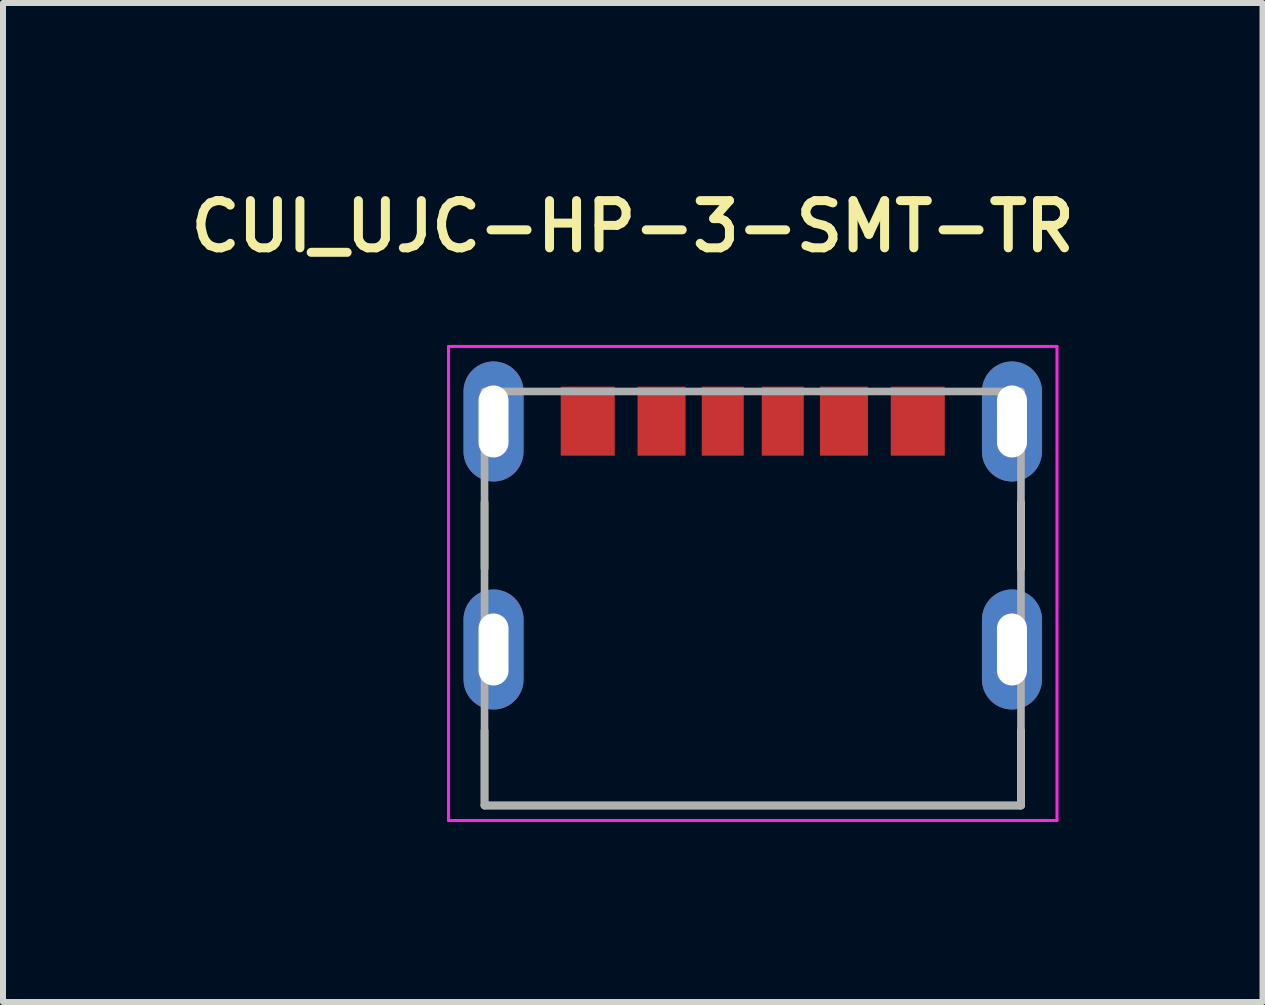
<source format=kicad_pcb>
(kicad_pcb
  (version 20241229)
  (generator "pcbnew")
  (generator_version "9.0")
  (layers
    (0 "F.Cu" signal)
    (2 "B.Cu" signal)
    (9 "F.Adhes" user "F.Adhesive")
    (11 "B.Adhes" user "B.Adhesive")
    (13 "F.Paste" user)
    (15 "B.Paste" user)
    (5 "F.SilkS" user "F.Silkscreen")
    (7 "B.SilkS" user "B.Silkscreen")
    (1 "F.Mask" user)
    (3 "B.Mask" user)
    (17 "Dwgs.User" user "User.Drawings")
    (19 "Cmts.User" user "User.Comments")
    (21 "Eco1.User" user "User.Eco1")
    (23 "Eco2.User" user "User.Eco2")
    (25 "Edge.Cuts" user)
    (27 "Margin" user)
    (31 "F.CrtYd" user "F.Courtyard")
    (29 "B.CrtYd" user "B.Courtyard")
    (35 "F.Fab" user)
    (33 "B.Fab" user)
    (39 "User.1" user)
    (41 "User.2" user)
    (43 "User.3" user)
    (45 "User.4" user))
  (footprint "CUI_UJC-HP-3-SMT-TR"
    (layer "F.Cu")
    (at 9.495 3.974)
    (property "Reference" "CUI_UJC-HP-3-SMT-TR" (at -2 -3.25 0) (layer "F.SilkS") (effects (font (size 0.787 0.787) (thickness 0.15))))
    (attr smd)
    (fp_line (start -4.47 2.45) (end -4.47 1.35) (stroke (width 0.127) (type solid)) (layer "F.SilkS"))
    (fp_line (start -4.47 6.4) (end -4.47 5.15) (stroke (width 0.127) (type solid)) (layer "F.SilkS"))
    (fp_line (start -4.47 6.4) (end 4.47 6.4) (stroke (width 0.127) (type solid)) (layer "F.SilkS"))
    (fp_line (start 4.47 2.45) (end 4.47 1.35) (stroke (width 0.127) (type solid)) (layer "F.SilkS"))
    (fp_line (start 4.47 6.4) (end 4.47 5.15) (stroke (width 0.127) (type solid)) (layer "F.SilkS"))
    (fp_line (start -5.07 -1.25) (end -5.07 6.65) (stroke (width 0.05) (type solid)) (layer "F.CrtYd"))
    (fp_line (start -5.07 6.65) (end 5.07 6.65) (stroke (width 0.05) (type solid)) (layer "F.CrtYd"))
    (fp_line (start 5.07 -1.25) (end -5.07 -1.25) (stroke (width 0.05) (type solid)) (layer "F.CrtYd"))
    (fp_line (start 5.07 6.65) (end 5.07 -1.25) (stroke (width 0.05) (type solid)) (layer "F.CrtYd"))
    (fp_line (start -4.47 -0.5) (end -4.47 6.4) (stroke (width 0.127) (type solid)) (layer "F.Fab"))
    (fp_line (start -4.47 6.4) (end 4.47 6.4) (stroke (width 0.127) (type solid)) (layer "F.Fab"))
    (fp_line (start 4.47 -0.5) (end -4.47 -0.5) (stroke (width 0.127) (type solid)) (layer "F.Fab"))
    (fp_line (start 4.47 6.4) (end 4.47 -0.5) (stroke (width 0.127) (type solid)) (layer "F.Fab"))
    (pad "A5" smd rect (at -0.5 -0.005) (size 0.7 1.15) (layers "F.Cu" "F.Mask" "F.Paste"))
    (pad "A9" smd rect (at 1.52 -0.005) (size 0.8 1.15) (layers "F.Cu" "F.Mask" "F.Paste"))
    (pad "A12" smd rect (at 2.75 -0.005) (size 0.9 1.15) (layers "F.Cu" "F.Mask" "F.Paste"))
    (pad "B5" smd rect (at 0.5 -0.005) (size 0.7 1.15) (layers "F.Cu" "F.Mask" "F.Paste"))
    (pad "B9" smd rect (at -1.52 -0.005) (size 0.8 1.15) (layers "F.Cu" "F.Mask" "F.Paste"))
    (pad "B12" smd rect (at -2.75 -0.005) (size 0.9 1.15) (layers "F.Cu" "F.Mask" "F.Paste"))
    (pad "S1" thru_hole oval (at -4.32 0) (size 1 2) (drill oval 0.5 1.2) (layers "*.Cu" "*.Mask"))
    (pad "S2" thru_hole oval (at 4.32 0) (size 1 2) (drill oval 0.5 1.2) (layers "*.Cu" "*.Mask"))
    (pad "S3" thru_hole oval (at -4.32 3.8) (size 1 2) (drill oval 0.5 1.2) (layers "*.Cu" "*.Mask"))
    (pad "S4" thru_hole oval (at 4.32 3.8) (size 1 2) (drill oval 0.5 1.2) (layers "*.Cu" "*.Mask")))
  (gr_rect
    (start -3 -3)
    (end 17.991 13.649)
    (stroke (width 0.1) (type default))
    (fill no)
    (layer "Edge.Cuts")))
</source>
